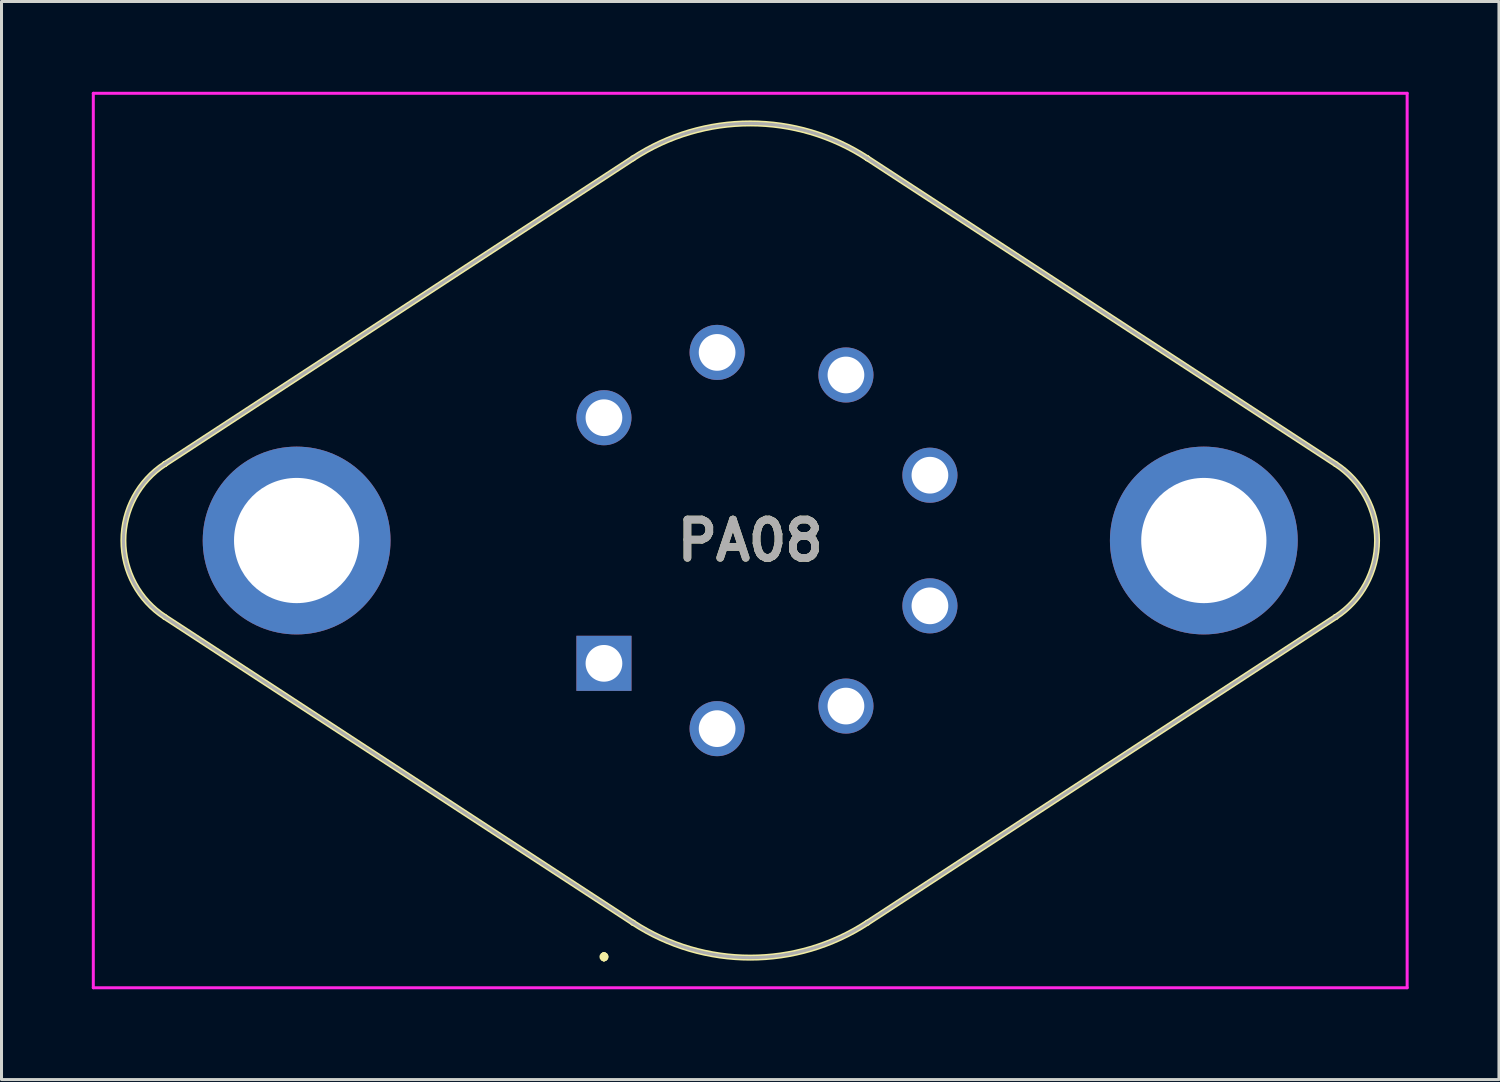
<source format=kicad_pcb>
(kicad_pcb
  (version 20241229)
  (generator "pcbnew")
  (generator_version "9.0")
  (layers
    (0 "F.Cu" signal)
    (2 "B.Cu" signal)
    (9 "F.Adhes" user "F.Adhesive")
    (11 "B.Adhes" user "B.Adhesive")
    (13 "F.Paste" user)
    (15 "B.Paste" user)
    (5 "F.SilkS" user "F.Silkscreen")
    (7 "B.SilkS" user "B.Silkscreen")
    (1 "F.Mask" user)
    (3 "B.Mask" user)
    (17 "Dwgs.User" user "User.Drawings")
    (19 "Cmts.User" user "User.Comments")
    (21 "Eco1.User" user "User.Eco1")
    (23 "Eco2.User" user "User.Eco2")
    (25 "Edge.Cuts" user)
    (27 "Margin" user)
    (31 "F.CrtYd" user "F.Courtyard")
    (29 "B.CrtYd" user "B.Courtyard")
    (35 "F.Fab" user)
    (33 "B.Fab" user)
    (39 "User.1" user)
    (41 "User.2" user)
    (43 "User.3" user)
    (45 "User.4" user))
  (footprint "PA08"
    (layer "F.Cu")
    (at 17.015 18.988)
    (property "Reference" "PA08" (at 4.86 -4.08 0) (layer "F.SilkS") (effects (font (size 1.27 1.27) (thickness 0.254))))
    (attr through_hole)
    (fp_line (start -14.59 -6.62) (end -14.59 -6.62) (stroke (width 0.2) (type solid)) (layer "F.SilkS"))
    (fp_line (start -14.59 -1.54) (end 0.97 8.62) (stroke (width 0.2) (type solid)) (layer "F.SilkS"))
    (fp_line (start 0 9.7) (end 0 9.7) (stroke (width 0.2) (type solid)) (layer "F.SilkS"))
    (fp_line (start 0 9.8) (end 0 9.8) (stroke (width 0.2) (type solid)) (layer "F.SilkS"))
    (fp_line (start 0 9.8) (end 0 9.8) (stroke (width 0.2) (type solid)) (layer "F.SilkS"))
    (fp_line (start 0.97 -16.78) (end -14.59 -6.62) (stroke (width 0.2) (type solid)) (layer "F.SilkS"))
    (fp_line (start 0.97 8.62) (end 0.97 8.62) (stroke (width 0.2) (type solid)) (layer "F.SilkS"))
    (fp_line (start 8.75 -16.78) (end 8.75 -16.78) (stroke (width 0.2) (type solid)) (layer "F.SilkS"))
    (fp_line (start 8.75 8.62) (end 24.31 -1.54) (stroke (width 0.2) (type solid)) (layer "F.SilkS"))
    (fp_line (start 24.31 -6.62) (end 8.75 -16.78) (stroke (width 0.2) (type solid)) (layer "F.SilkS"))
    (fp_line (start 24.31 -1.54) (end 24.31 -1.54) (stroke (width 0.2) (type solid)) (layer "F.SilkS"))
    (fp_arc (start -14.590653 -1.540426) (mid -15.965017 -4.08039) (end -14.59 -6.62) (stroke (width 0.2) (type solid)) (layer "F.SilkS"))
    (fp_arc (start 0 9.7) (mid 0.05 9.75) (end 0 9.8) (stroke (width 0.2) (type solid)) (layer "F.SilkS"))
    (fp_arc (start 0 9.7) (mid 0.05 9.75) (end 0 9.8) (stroke (width 0.2) (type solid)) (layer "F.SilkS"))
    (fp_arc (start 0 9.8) (mid -0.05 9.75) (end 0 9.7) (stroke (width 0.2) (type solid)) (layer "F.SilkS"))
    (fp_arc (start 0.968517 -16.779031) (mid 4.859114 -17.937547) (end 8.75 -16.78) (stroke (width 0.2) (type solid)) (layer "F.SilkS"))
    (fp_arc (start 8.751483 8.619031) (mid 4.860886 9.777547) (end 0.97 8.62) (stroke (width 0.2) (type solid)) (layer "F.SilkS"))
    (fp_arc (start 24.310653 -6.619574) (mid 25.685017 -4.07961) (end 24.31 -1.54) (stroke (width 0.2) (type solid)) (layer "F.SilkS"))
    (fp_line (start -16.965 -18.938) (end -16.965 10.778) (stroke (width 0.1) (type solid)) (layer "F.CrtYd"))
    (fp_line (start -16.965 10.778) (end 26.685 10.778) (stroke (width 0.1) (type solid)) (layer "F.CrtYd"))
    (fp_line (start 26.685 -18.938) (end -16.965 -18.938) (stroke (width 0.1) (type solid)) (layer "F.CrtYd"))
    (fp_line (start 26.685 10.778) (end 26.685 -18.938) (stroke (width 0.1) (type solid)) (layer "F.CrtYd"))
    (fp_line (start -14.59 -6.62) (end -14.59 -6.62) (stroke (width 0.1) (type solid)) (layer "F.Fab"))
    (fp_line (start -14.59 -1.54) (end 0.97 8.62) (stroke (width 0.1) (type solid)) (layer "F.Fab"))
    (fp_line (start 0.97 -16.78) (end -14.59 -6.62) (stroke (width 0.1) (type solid)) (layer "F.Fab"))
    (fp_line (start 0.97 8.62) (end 0.97 8.62) (stroke (width 0.1) (type solid)) (layer "F.Fab"))
    (fp_line (start 8.75 -16.78) (end 8.75 -16.78) (stroke (width 0.1) (type solid)) (layer "F.Fab"))
    (fp_line (start 8.75 8.62) (end 24.31 -1.54) (stroke (width 0.1) (type solid)) (layer "F.Fab"))
    (fp_line (start 24.31 -6.62) (end 8.75 -16.78) (stroke (width 0.1) (type solid)) (layer "F.Fab"))
    (fp_line (start 24.31 -1.54) (end 24.31 -1.54) (stroke (width 0.1) (type solid)) (layer "F.Fab"))
    (fp_arc (start -14.590653 -1.540426) (mid -15.965017 -4.08039) (end -14.59 -6.62) (stroke (width 0.1) (type solid)) (layer "F.Fab"))
    (fp_arc (start 0.968517 -16.779031) (mid 4.859114 -17.937547) (end 8.75 -16.78) (stroke (width 0.1) (type solid)) (layer "F.Fab"))
    (fp_arc (start 8.751483 8.619031) (mid 4.860886 9.777547) (end 0.97 8.62) (stroke (width 0.1) (type solid)) (layer "F.Fab"))
    (fp_arc (start 24.310653 -6.619574) (mid 25.685017 -4.07961) (end 24.31 -1.54) (stroke (width 0.1) (type solid)) (layer "F.Fab"))
    (fp_text user "${REFERENCE}" (at 4.86 -4.08 0) (layer "F.Fab") (effects (font (size 1.27 1.27) (thickness 0.254))))
    (pad "1" thru_hole rect (at 0 0) (size 1.83 1.83) (drill 1.22) (layers "*.Cu" "*.Mask"))
    (pad "2" thru_hole circle (at 3.76 2.17) (size 1.83 1.83) (drill 1.22) (layers "*.Cu" "*.Mask"))
    (pad "3" thru_hole circle (at 8.04 1.42) (size 1.83 1.83) (drill 1.22) (layers "*.Cu" "*.Mask"))
    (pad "4" thru_hole circle (at 10.83 -1.91) (size 1.83 1.83) (drill 1.22) (layers "*.Cu" "*.Mask"))
    (pad "5" thru_hole circle (at 10.83 -6.25) (size 1.83 1.83) (drill 1.22) (layers "*.Cu" "*.Mask"))
    (pad "6" thru_hole circle (at 8.04 -9.58) (size 1.83 1.83) (drill 1.22) (layers "*.Cu" "*.Mask"))
    (pad "7" thru_hole circle (at 3.76 -10.33) (size 1.83 1.83) (drill 1.22) (layers "*.Cu" "*.Mask"))
    (pad "8" thru_hole circle (at 0 -8.16) (size 1.83 1.83) (drill 1.22) (layers "*.Cu" "*.Mask"))
    (pad "MH1" thru_hole circle (at -10.21 -4.08) (size 6.24 6.24) (drill 4.16) (layers "*.Cu" "*.Mask"))
    (pad "MH2" thru_hole circle (at 19.93 -4.08) (size 6.24 6.24) (drill 4.16) (layers "*.Cu" "*.Mask")))
  (gr_rect
    (start -3 -3)
    (end 46.75 32.816)
    (stroke (width 0.1) (type default))
    (fill no)
    (layer "Edge.Cuts")))
</source>
